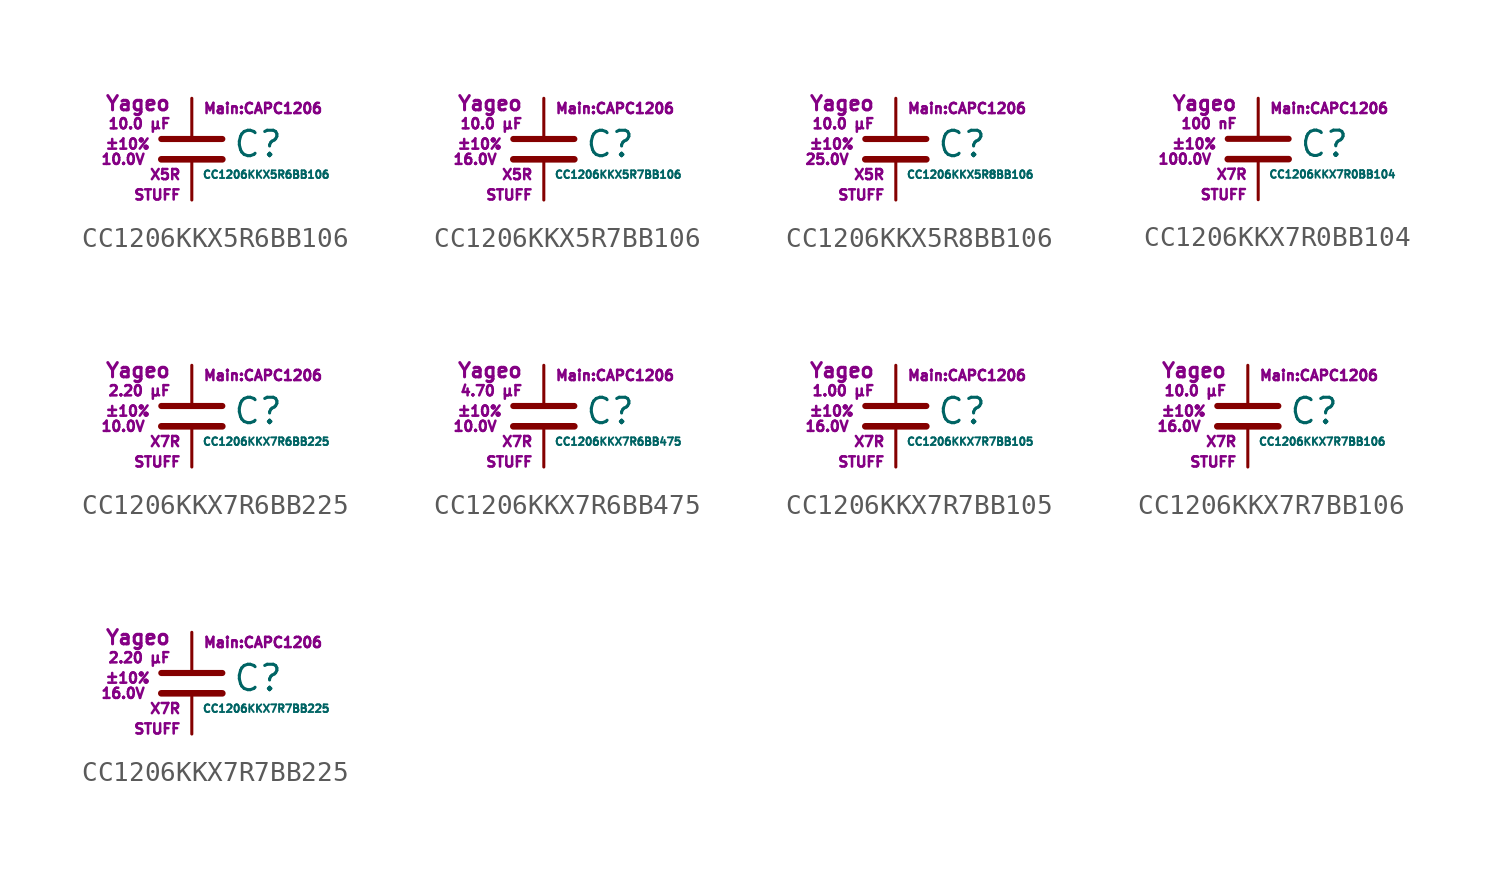
<source format=kicad_sym>
(kicad_symbol_lib
  (version 20211014)
  (generator kicad_symbol_editor)
  (symbol "CC1206KKX5R6BB106"
    (pin_numbers hide)
    (pin_names
      (offset 0.254) hide)
    (property "Reference" "C"
      (at 2.032 0.254 0)
      (effects (font (size 1.27 1.27)) (justify left)))
    (property "Value" "CC1206KKX5R6BB106"
      (at 0.508 -1.27 0)
      (effects (font (size 0.381 0.381)) (justify left)))
    (property "Footprint" "Main:CAPC1206"
      (at 3.556 2.032 0)
      (effects (font (size 0.508 0.508))))
    (property "Datasheet" ""
      (at 0.762 0.508 0)
      (effects (font (size 1.27 1.27))))
    (property "Manufacturer" "Yageo"
      (at -1.016 2.286 0)
      (effects (font (size 0.711 0.711)) (justify right)))
    (property "SKU" "STUFF"
      (at -0.508 -2.286 0)
      (effects (font (size 0.508 0.508)) (justify right)))
    (property "C" "10.0 µF"
      (at -1.016 1.27 0)
      (effects (font (size 0.508 0.508)) (justify right)))
    (property "Tol" "±10%"
      (at -2.032 0.254 0)
      (effects (font (size 0.508 0.508)) (justify right)))
    (property "Vmax" "10.0V"
      (at -2.286 -0.508 0)
      (effects (font (size 0.508 0.508)) (justify right)))
    (property "Type" "X5R"
      (at -0.508 -1.27 0)
      (effects (font (size 0.508 0.508)) (justify right)))
    (symbol "CC1206KKX5R6BB106_0_1"
      (polyline (pts (xy -1.524 -0.508) (xy 1.524 -0.508)) (stroke (width 0.33) (type default) (color 0 0 0 0)) (fill (type none)))
      (polyline (pts (xy -1.524 0.508) (xy 1.524 0.508)) (stroke (width 0.305) (type default) (color 0 0 0 0)) (fill (type none))))
    (symbol "CC1206KKX5R6BB106_1_1"
      (pin passive line (at 0 2.54 270) (length 1.905) (name "~" (effects (font (size 1.016 1.016)))) (number "1" (effects (font (size 1.016 1.016)))))
      (pin passive line (at 0 -2.54 90) (length 2.032) (name "~" (effects (font (size 1.016 1.016)))) (number "2" (effects (font (size 1.016 1.016)))))))
  (symbol "CC1206KKX5R7BB106"
    (pin_numbers hide)
    (pin_names
      (offset 0.254) hide)
    (property "Reference" "C"
      (at 2.032 0.254 0)
      (effects (font (size 1.27 1.27)) (justify left)))
    (property "Value" "CC1206KKX5R7BB106"
      (at 0.508 -1.27 0)
      (effects (font (size 0.381 0.381)) (justify left)))
    (property "Footprint" "Main:CAPC1206"
      (at 3.556 2.032 0)
      (effects (font (size 0.508 0.508))))
    (property "Datasheet" ""
      (at 0.762 0.508 0)
      (effects (font (size 1.27 1.27))))
    (property "Manufacturer" "Yageo"
      (at -1.016 2.286 0)
      (effects (font (size 0.711 0.711)) (justify right)))
    (property "SKU" "STUFF"
      (at -0.508 -2.286 0)
      (effects (font (size 0.508 0.508)) (justify right)))
    (property "C" "10.0 µF"
      (at -1.016 1.27 0)
      (effects (font (size 0.508 0.508)) (justify right)))
    (property "Tol" "±10%"
      (at -2.032 0.254 0)
      (effects (font (size 0.508 0.508)) (justify right)))
    (property "Vmax" "16.0V"
      (at -2.286 -0.508 0)
      (effects (font (size 0.508 0.508)) (justify right)))
    (property "Type" "X5R"
      (at -0.508 -1.27 0)
      (effects (font (size 0.508 0.508)) (justify right)))
    (symbol "CC1206KKX5R7BB106_0_1"
      (polyline (pts (xy -1.524 -0.508) (xy 1.524 -0.508)) (stroke (width 0.33) (type default) (color 0 0 0 0)) (fill (type none)))
      (polyline (pts (xy -1.524 0.508) (xy 1.524 0.508)) (stroke (width 0.305) (type default) (color 0 0 0 0)) (fill (type none))))
    (symbol "CC1206KKX5R7BB106_1_1"
      (pin passive line (at 0 2.54 270) (length 1.905) (name "~" (effects (font (size 1.016 1.016)))) (number "1" (effects (font (size 1.016 1.016)))))
      (pin passive line (at 0 -2.54 90) (length 2.032) (name "~" (effects (font (size 1.016 1.016)))) (number "2" (effects (font (size 1.016 1.016)))))))
  (symbol "CC1206KKX5R8BB106"
    (pin_numbers hide)
    (pin_names
      (offset 0.254) hide)
    (property "Reference" "C"
      (at 2.032 0.254 0)
      (effects (font (size 1.27 1.27)) (justify left)))
    (property "Value" "CC1206KKX5R8BB106"
      (at 0.508 -1.27 0)
      (effects (font (size 0.381 0.381)) (justify left)))
    (property "Footprint" "Main:CAPC1206"
      (at 3.556 2.032 0)
      (effects (font (size 0.508 0.508))))
    (property "Datasheet" ""
      (at 0.762 0.508 0)
      (effects (font (size 1.27 1.27))))
    (property "Manufacturer" "Yageo"
      (at -1.016 2.286 0)
      (effects (font (size 0.711 0.711)) (justify right)))
    (property "SKU" "STUFF"
      (at -0.508 -2.286 0)
      (effects (font (size 0.508 0.508)) (justify right)))
    (property "C" "10.0 µF"
      (at -1.016 1.27 0)
      (effects (font (size 0.508 0.508)) (justify right)))
    (property "Tol" "±10%"
      (at -2.032 0.254 0)
      (effects (font (size 0.508 0.508)) (justify right)))
    (property "Vmax" "25.0V"
      (at -2.286 -0.508 0)
      (effects (font (size 0.508 0.508)) (justify right)))
    (property "Type" "X5R"
      (at -0.508 -1.27 0)
      (effects (font (size 0.508 0.508)) (justify right)))
    (symbol "CC1206KKX5R8BB106_0_1"
      (polyline (pts (xy -1.524 -0.508) (xy 1.524 -0.508)) (stroke (width 0.33) (type default) (color 0 0 0 0)) (fill (type none)))
      (polyline (pts (xy -1.524 0.508) (xy 1.524 0.508)) (stroke (width 0.305) (type default) (color 0 0 0 0)) (fill (type none))))
    (symbol "CC1206KKX5R8BB106_1_1"
      (pin passive line (at 0 2.54 270) (length 1.905) (name "~" (effects (font (size 1.016 1.016)))) (number "1" (effects (font (size 1.016 1.016)))))
      (pin passive line (at 0 -2.54 90) (length 2.032) (name "~" (effects (font (size 1.016 1.016)))) (number "2" (effects (font (size 1.016 1.016)))))))
  (symbol "CC1206KKX7R0BB104"
    (pin_numbers hide)
    (pin_names
      (offset 0.254) hide)
    (property "Reference" "C"
      (at 2.032 0.254 0)
      (effects (font (size 1.27 1.27)) (justify left)))
    (property "Value" "CC1206KKX7R0BB104"
      (at 0.508 -1.27 0)
      (effects (font (size 0.381 0.381)) (justify left)))
    (property "Footprint" "Main:CAPC1206"
      (at 3.556 2.032 0)
      (effects (font (size 0.508 0.508))))
    (property "Datasheet" ""
      (at 0.762 0.508 0)
      (effects (font (size 1.27 1.27))))
    (property "Manufacturer" "Yageo"
      (at -1.016 2.286 0)
      (effects (font (size 0.711 0.711)) (justify right)))
    (property "SKU" "STUFF"
      (at -0.508 -2.286 0)
      (effects (font (size 0.508 0.508)) (justify right)))
    (property "C" "100 nF"
      (at -1.016 1.27 0)
      (effects (font (size 0.508 0.508)) (justify right)))
    (property "Tol" "±10%"
      (at -2.032 0.254 0)
      (effects (font (size 0.508 0.508)) (justify right)))
    (property "Vmax" "100.0V"
      (at -2.286 -0.508 0)
      (effects (font (size 0.508 0.508)) (justify right)))
    (property "Type" "X7R"
      (at -0.508 -1.27 0)
      (effects (font (size 0.508 0.508)) (justify right)))
    (symbol "CC1206KKX7R0BB104_0_1"
      (polyline (pts (xy -1.524 -0.508) (xy 1.524 -0.508)) (stroke (width 0.33) (type default) (color 0 0 0 0)) (fill (type none)))
      (polyline (pts (xy -1.524 0.508) (xy 1.524 0.508)) (stroke (width 0.305) (type default) (color 0 0 0 0)) (fill (type none))))
    (symbol "CC1206KKX7R0BB104_1_1"
      (pin passive line (at 0 2.54 270) (length 1.905) (name "~" (effects (font (size 1.016 1.016)))) (number "1" (effects (font (size 1.016 1.016)))))
      (pin passive line (at 0 -2.54 90) (length 2.032) (name "~" (effects (font (size 1.016 1.016)))) (number "2" (effects (font (size 1.016 1.016)))))))
  (symbol "CC1206KKX7R6BB225"
    (pin_numbers hide)
    (pin_names
      (offset 0.254) hide)
    (property "Reference" "C"
      (at 2.032 0.254 0)
      (effects (font (size 1.27 1.27)) (justify left)))
    (property "Value" "CC1206KKX7R6BB225"
      (at 0.508 -1.27 0)
      (effects (font (size 0.381 0.381)) (justify left)))
    (property "Footprint" "Main:CAPC1206"
      (at 3.556 2.032 0)
      (effects (font (size 0.508 0.508))))
    (property "Datasheet" ""
      (at 0.762 0.508 0)
      (effects (font (size 1.27 1.27))))
    (property "Manufacturer" "Yageo"
      (at -1.016 2.286 0)
      (effects (font (size 0.711 0.711)) (justify right)))
    (property "SKU" "STUFF"
      (at -0.508 -2.286 0)
      (effects (font (size 0.508 0.508)) (justify right)))
    (property "C" "2.20 µF"
      (at -1.016 1.27 0)
      (effects (font (size 0.508 0.508)) (justify right)))
    (property "Tol" "±10%"
      (at -2.032 0.254 0)
      (effects (font (size 0.508 0.508)) (justify right)))
    (property "Vmax" "10.0V"
      (at -2.286 -0.508 0)
      (effects (font (size 0.508 0.508)) (justify right)))
    (property "Type" "X7R"
      (at -0.508 -1.27 0)
      (effects (font (size 0.508 0.508)) (justify right)))
    (symbol "CC1206KKX7R6BB225_0_1"
      (polyline (pts (xy -1.524 -0.508) (xy 1.524 -0.508)) (stroke (width 0.33) (type default) (color 0 0 0 0)) (fill (type none)))
      (polyline (pts (xy -1.524 0.508) (xy 1.524 0.508)) (stroke (width 0.305) (type default) (color 0 0 0 0)) (fill (type none))))
    (symbol "CC1206KKX7R6BB225_1_1"
      (pin passive line (at 0 2.54 270) (length 1.905) (name "~" (effects (font (size 1.016 1.016)))) (number "1" (effects (font (size 1.016 1.016)))))
      (pin passive line (at 0 -2.54 90) (length 2.032) (name "~" (effects (font (size 1.016 1.016)))) (number "2" (effects (font (size 1.016 1.016)))))))
  (symbol "CC1206KKX7R6BB475"
    (pin_numbers hide)
    (pin_names
      (offset 0.254) hide)
    (property "Reference" "C"
      (at 2.032 0.254 0)
      (effects (font (size 1.27 1.27)) (justify left)))
    (property "Value" "CC1206KKX7R6BB475"
      (at 0.508 -1.27 0)
      (effects (font (size 0.381 0.381)) (justify left)))
    (property "Footprint" "Main:CAPC1206"
      (at 3.556 2.032 0)
      (effects (font (size 0.508 0.508))))
    (property "Datasheet" ""
      (at 0.762 0.508 0)
      (effects (font (size 1.27 1.27))))
    (property "Manufacturer" "Yageo"
      (at -1.016 2.286 0)
      (effects (font (size 0.711 0.711)) (justify right)))
    (property "SKU" "STUFF"
      (at -0.508 -2.286 0)
      (effects (font (size 0.508 0.508)) (justify right)))
    (property "C" "4.70 µF"
      (at -1.016 1.27 0)
      (effects (font (size 0.508 0.508)) (justify right)))
    (property "Tol" "±10%"
      (at -2.032 0.254 0)
      (effects (font (size 0.508 0.508)) (justify right)))
    (property "Vmax" "10.0V"
      (at -2.286 -0.508 0)
      (effects (font (size 0.508 0.508)) (justify right)))
    (property "Type" "X7R"
      (at -0.508 -1.27 0)
      (effects (font (size 0.508 0.508)) (justify right)))
    (symbol "CC1206KKX7R6BB475_0_1"
      (polyline (pts (xy -1.524 -0.508) (xy 1.524 -0.508)) (stroke (width 0.33) (type default) (color 0 0 0 0)) (fill (type none)))
      (polyline (pts (xy -1.524 0.508) (xy 1.524 0.508)) (stroke (width 0.305) (type default) (color 0 0 0 0)) (fill (type none))))
    (symbol "CC1206KKX7R6BB475_1_1"
      (pin passive line (at 0 2.54 270) (length 1.905) (name "~" (effects (font (size 1.016 1.016)))) (number "1" (effects (font (size 1.016 1.016)))))
      (pin passive line (at 0 -2.54 90) (length 2.032) (name "~" (effects (font (size 1.016 1.016)))) (number "2" (effects (font (size 1.016 1.016)))))))
  (symbol "CC1206KKX7R7BB105"
    (pin_numbers hide)
    (pin_names
      (offset 0.254) hide)
    (property "Reference" "C"
      (at 2.032 0.254 0)
      (effects (font (size 1.27 1.27)) (justify left)))
    (property "Value" "CC1206KKX7R7BB105"
      (at 0.508 -1.27 0)
      (effects (font (size 0.381 0.381)) (justify left)))
    (property "Footprint" "Main:CAPC1206"
      (at 3.556 2.032 0)
      (effects (font (size 0.508 0.508))))
    (property "Datasheet" ""
      (at 0.762 0.508 0)
      (effects (font (size 1.27 1.27))))
    (property "Manufacturer" "Yageo"
      (at -1.016 2.286 0)
      (effects (font (size 0.711 0.711)) (justify right)))
    (property "SKU" "STUFF"
      (at -0.508 -2.286 0)
      (effects (font (size 0.508 0.508)) (justify right)))
    (property "C" "1.00 µF"
      (at -1.016 1.27 0)
      (effects (font (size 0.508 0.508)) (justify right)))
    (property "Tol" "±10%"
      (at -2.032 0.254 0)
      (effects (font (size 0.508 0.508)) (justify right)))
    (property "Vmax" "16.0V"
      (at -2.286 -0.508 0)
      (effects (font (size 0.508 0.508)) (justify right)))
    (property "Type" "X7R"
      (at -0.508 -1.27 0)
      (effects (font (size 0.508 0.508)) (justify right)))
    (symbol "CC1206KKX7R7BB105_0_1"
      (polyline (pts (xy -1.524 -0.508) (xy 1.524 -0.508)) (stroke (width 0.33) (type default) (color 0 0 0 0)) (fill (type none)))
      (polyline (pts (xy -1.524 0.508) (xy 1.524 0.508)) (stroke (width 0.305) (type default) (color 0 0 0 0)) (fill (type none))))
    (symbol "CC1206KKX7R7BB105_1_1"
      (pin passive line (at 0 2.54 270) (length 1.905) (name "~" (effects (font (size 1.016 1.016)))) (number "1" (effects (font (size 1.016 1.016)))))
      (pin passive line (at 0 -2.54 90) (length 2.032) (name "~" (effects (font (size 1.016 1.016)))) (number "2" (effects (font (size 1.016 1.016)))))))
  (symbol "CC1206KKX7R7BB106"
    (pin_numbers hide)
    (pin_names
      (offset 0.254) hide)
    (property "Reference" "C"
      (at 2.032 0.254 0)
      (effects (font (size 1.27 1.27)) (justify left)))
    (property "Value" "CC1206KKX7R7BB106"
      (at 0.508 -1.27 0)
      (effects (font (size 0.381 0.381)) (justify left)))
    (property "Footprint" "Main:CAPC1206"
      (at 3.556 2.032 0)
      (effects (font (size 0.508 0.508))))
    (property "Datasheet" ""
      (at 0.762 0.508 0)
      (effects (font (size 1.27 1.27))))
    (property "Manufacturer" "Yageo"
      (at -1.016 2.286 0)
      (effects (font (size 0.711 0.711)) (justify right)))
    (property "SKU" "STUFF"
      (at -0.508 -2.286 0)
      (effects (font (size 0.508 0.508)) (justify right)))
    (property "C" "10.0 µF"
      (at -1.016 1.27 0)
      (effects (font (size 0.508 0.508)) (justify right)))
    (property "Tol" "±10%"
      (at -2.032 0.254 0)
      (effects (font (size 0.508 0.508)) (justify right)))
    (property "Vmax" "16.0V"
      (at -2.286 -0.508 0)
      (effects (font (size 0.508 0.508)) (justify right)))
    (property "Type" "X7R"
      (at -0.508 -1.27 0)
      (effects (font (size 0.508 0.508)) (justify right)))
    (symbol "CC1206KKX7R7BB106_0_1"
      (polyline (pts (xy -1.524 -0.508) (xy 1.524 -0.508)) (stroke (width 0.33) (type default) (color 0 0 0 0)) (fill (type none)))
      (polyline (pts (xy -1.524 0.508) (xy 1.524 0.508)) (stroke (width 0.305) (type default) (color 0 0 0 0)) (fill (type none))))
    (symbol "CC1206KKX7R7BB106_1_1"
      (pin passive line (at 0 2.54 270) (length 1.905) (name "~" (effects (font (size 1.016 1.016)))) (number "1" (effects (font (size 1.016 1.016)))))
      (pin passive line (at 0 -2.54 90) (length 2.032) (name "~" (effects (font (size 1.016 1.016)))) (number "2" (effects (font (size 1.016 1.016)))))))
  (symbol "CC1206KKX7R7BB225"
    (pin_numbers hide)
    (pin_names
      (offset 0.254) hide)
    (property "Reference" "C"
      (at 2.032 0.254 0)
      (effects (font (size 1.27 1.27)) (justify left)))
    (property "Value" "CC1206KKX7R7BB225"
      (at 0.508 -1.27 0)
      (effects (font (size 0.381 0.381)) (justify left)))
    (property "Footprint" "Main:CAPC1206"
      (at 3.556 2.032 0)
      (effects (font (size 0.508 0.508))))
    (property "Datasheet" ""
      (at 0.762 0.508 0)
      (effects (font (size 1.27 1.27))))
    (property "Manufacturer" "Yageo"
      (at -1.016 2.286 0)
      (effects (font (size 0.711 0.711)) (justify right)))
    (property "SKU" "STUFF"
      (at -0.508 -2.286 0)
      (effects (font (size 0.508 0.508)) (justify right)))
    (property "C" "2.20 µF"
      (at -1.016 1.27 0)
      (effects (font (size 0.508 0.508)) (justify right)))
    (property "Tol" "±10%"
      (at -2.032 0.254 0)
      (effects (font (size 0.508 0.508)) (justify right)))
    (property "Vmax" "16.0V"
      (at -2.286 -0.508 0)
      (effects (font (size 0.508 0.508)) (justify right)))
    (property "Type" "X7R"
      (at -0.508 -1.27 0)
      (effects (font (size 0.508 0.508)) (justify right)))
    (symbol "CC1206KKX7R7BB225_0_1"
      (polyline (pts (xy -1.524 -0.508) (xy 1.524 -0.508)) (stroke (width 0.33) (type default) (color 0 0 0 0)) (fill (type none)))
      (polyline (pts (xy -1.524 0.508) (xy 1.524 0.508)) (stroke (width 0.305) (type default) (color 0 0 0 0)) (fill (type none))))
    (symbol "CC1206KKX7R7BB225_1_1"
      (pin passive line (at 0 2.54 270) (length 1.905) (name "~" (effects (font (size 1.016 1.016)))) (number "1" (effects (font (size 1.016 1.016)))))
      (pin passive line (at 0 -2.54 90) (length 2.032) (name "~" (effects (font (size 1.016 1.016)))) (number "2" (effects (font (size 1.016 1.016))))))))
</source>
